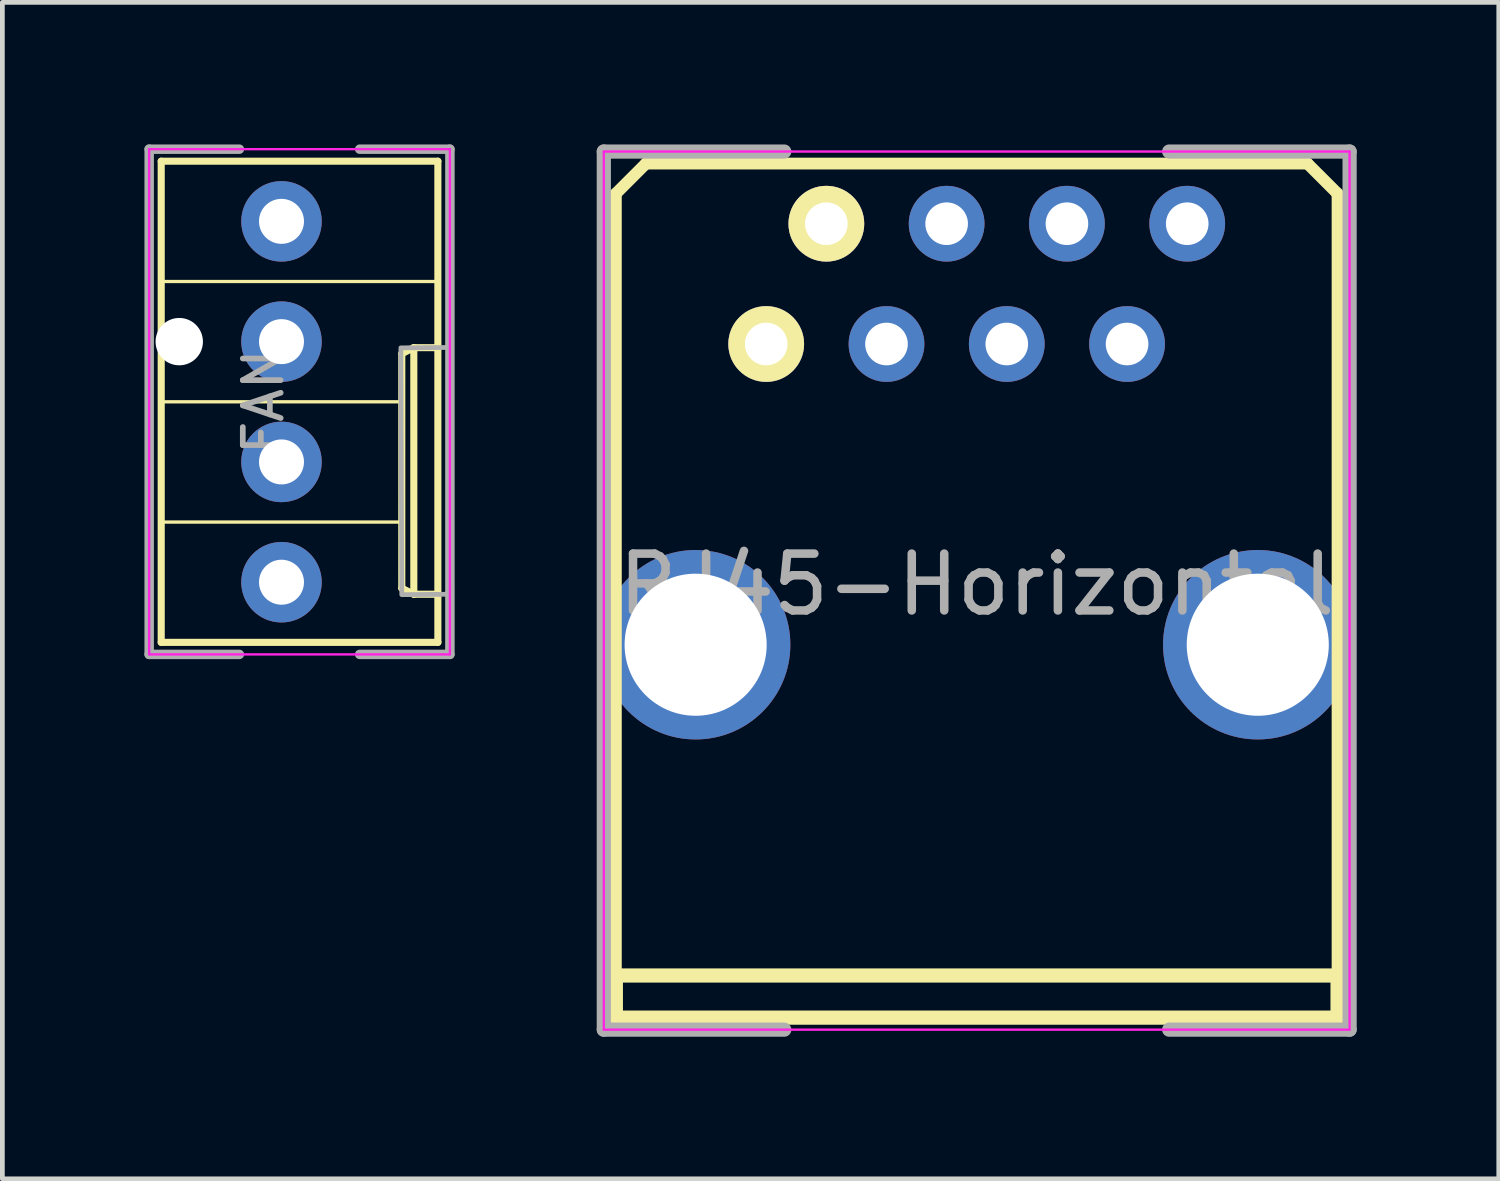
<source format=kicad_pcb>
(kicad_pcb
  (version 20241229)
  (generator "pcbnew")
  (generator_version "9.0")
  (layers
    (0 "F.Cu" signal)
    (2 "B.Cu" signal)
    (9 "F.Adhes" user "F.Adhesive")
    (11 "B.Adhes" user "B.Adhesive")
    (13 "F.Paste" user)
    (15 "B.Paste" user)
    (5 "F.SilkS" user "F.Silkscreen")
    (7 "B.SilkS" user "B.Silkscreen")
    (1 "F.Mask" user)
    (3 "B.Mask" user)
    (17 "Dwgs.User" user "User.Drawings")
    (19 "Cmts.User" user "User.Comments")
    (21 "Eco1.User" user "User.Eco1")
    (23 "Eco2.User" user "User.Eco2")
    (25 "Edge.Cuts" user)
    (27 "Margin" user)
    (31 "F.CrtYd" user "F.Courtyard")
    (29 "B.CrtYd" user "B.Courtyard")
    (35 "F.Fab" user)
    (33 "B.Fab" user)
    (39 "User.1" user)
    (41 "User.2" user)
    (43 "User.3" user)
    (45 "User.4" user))
  (footprint "FAN"
    (layer "F.Cu")
    (at 2.894 5.434)
    (property "Reference" "FAN" (at -0.381 0 90) (layer "F.Fab") (effects (font (size 0.8 0.8) (thickness 0.12))))
    (attr through_hole)
    (fp_line (start -2.54 -5.08) (end -2.54 5.08) (stroke (width 0.15) (type solid)) (layer "F.SilkS"))
    (fp_line (start 2.54 0) (end -2.54 0) (stroke (width 0.07) (type solid)) (layer "F.SilkS"))
    (fp_line (start 2.54 2.54) (end -2.54 2.54) (stroke (width 0.07) (type solid)) (layer "F.SilkS"))
    (fp_line (start 2.54 3.937) (end 2.54 -1.016) (stroke (width 0.15) (type solid)) (layer "F.SilkS"))
    (fp_line (start 2.54 3.937) (end 2.794 4.064) (stroke (width 0.15) (type solid)) (layer "F.SilkS"))
    (fp_line (start 2.794 -1.143) (end 2.54 -1.016) (stroke (width 0.15) (type solid)) (layer "F.SilkS"))
    (fp_line (start 2.794 -1.143) (end 2.794 4.064) (stroke (width 0.15) (type solid)) (layer "F.SilkS"))
    (fp_line (start 2.794 -1.143) (end 3.302 -1.143) (stroke (width 0.15) (type solid)) (layer "F.SilkS"))
    (fp_line (start 3.302 -5.08) (end -2.54 -5.08) (stroke (width 0.15) (type solid)) (layer "F.SilkS"))
    (fp_line (start 3.302 -5.08) (end 3.302 5.08) (stroke (width 0.15) (type solid)) (layer "F.SilkS"))
    (fp_line (start 3.302 -2.54) (end -2.54 -2.54) (stroke (width 0.07) (type solid)) (layer "F.SilkS"))
    (fp_line (start 3.302 4.064) (end 2.794 4.064) (stroke (width 0.15) (type solid)) (layer "F.SilkS"))
    (fp_line (start 3.302 5.08) (end -2.54 5.08) (stroke (width 0.15) (type solid)) (layer "F.SilkS"))
    (fp_line (start -2.794 -5.334) (end 3.556 -5.334) (stroke (width 0.05) (type solid)) (layer "F.CrtYd"))
    (fp_line (start -2.794 5.334) (end -2.794 -5.334) (stroke (width 0.05) (type solid)) (layer "F.CrtYd"))
    (fp_line (start 3.556 -5.334) (end 3.556 5.334) (stroke (width 0.05) (type solid)) (layer "F.CrtYd"))
    (fp_line (start 3.556 5.334) (end -2.794 5.334) (stroke (width 0.05) (type solid)) (layer "F.CrtYd"))
    (fp_line (start -2.794 5.334) (end -2.794 -5.334) (stroke (width 0.2) (type solid)) (layer "F.Fab"))
    (fp_line (start -0.889 -5.334) (end -2.794 -5.334) (stroke (width 0.2) (type solid)) (layer "F.Fab"))
    (fp_line (start -0.889 5.334) (end -2.794 5.334) (stroke (width 0.2) (type solid)) (layer "F.Fab"))
    (fp_line (start 3.556 -5.334) (end 1.651 -5.334) (stroke (width 0.2) (type solid)) (layer "F.Fab"))
    (fp_line (start 3.556 -5.334) (end 3.556 5.334) (stroke (width 0.2) (type solid)) (layer "F.Fab"))
    (fp_line (start 3.556 5.334) (end 1.651 5.334) (stroke (width 0.2) (type solid)) (layer "F.Fab"))
    (fp_poly (pts (xy 3.594 4.064) (xy 2.54 4.073) (xy 2.521 -1.139) (xy 3.575 -1.147)) (stroke (width 0.1) (type solid)) (fill no) (layer "F.Fab"))
    (pad "" np_thru_hole circle (at -2.159 -1.27) (size 1 1) (drill 1) (layers "*.Cu" "*.Mask"))
    (pad "1" thru_hole circle (at 0 3.81) (size 1.7 1.7) (drill 0.95) (layers "*.Cu" "*.Mask"))
    (pad "2" thru_hole circle (at 0 1.27) (size 1.7 1.7) (drill 0.95) (layers "*.Cu" "*.Mask"))
    (pad "3" thru_hole circle (at 0 -1.27) (size 1.7 1.7) (drill 0.95) (layers "*.Cu" "*.Mask"))
    (pad "4" thru_hole circle (at 0 -3.81) (size 1.7 1.7) (drill 0.95) (layers "*.Cu" "*.Mask")))
  (footprint "RJ45-Horizontal"
    (layer "F.Cu")
    (at 17.574 10.564)
    (property "Reference" "RJ45-Horizontal" (at 0 -1.27 0) (layer "F.Fab") (effects (font (size 1.2 1.2) (thickness 0.18))))
    (attr through_hole)
    (fp_line (start -7.62 -9.525) (end -7.62 6.985) (stroke (width 0.25) (type solid)) (layer "F.SilkS"))
    (fp_line (start -7.62 6.985) (end -7.62 7.874) (stroke (width 0.3) (type solid)) (layer "F.SilkS"))
    (fp_line (start -7.62 7.874) (end 7.62 7.874) (stroke (width 0.3) (type solid)) (layer "F.SilkS"))
    (fp_line (start -6.985 -10.16) (end -7.62 -9.525) (stroke (width 0.25) (type solid)) (layer "F.SilkS"))
    (fp_line (start 6.985 -10.16) (end -6.985 -10.16) (stroke (width 0.25) (type solid)) (layer "F.SilkS"))
    (fp_line (start 7.62 -9.525) (end 6.985 -10.16) (stroke (width 0.25) (type solid)) (layer "F.SilkS"))
    (fp_line (start 7.62 6.985) (end -7.62 6.985) (stroke (width 0.3) (type solid)) (layer "F.SilkS"))
    (fp_line (start 7.62 6.985) (end 7.62 -9.525) (stroke (width 0.25) (type solid)) (layer "F.SilkS"))
    (fp_line (start 7.62 7.874) (end 7.62 6.985) (stroke (width 0.3) (type solid)) (layer "F.SilkS"))
    (fp_line (start -7.874 -10.414) (end 7.874 -10.414) (stroke (width 0.05) (type solid)) (layer "F.CrtYd"))
    (fp_line (start -7.874 8.128) (end -7.874 -10.414) (stroke (width 0.05) (type solid)) (layer "F.CrtYd"))
    (fp_line (start 7.874 -10.414) (end 7.874 8.128) (stroke (width 0.05) (type solid)) (layer "F.CrtYd"))
    (fp_line (start 7.874 8.128) (end -7.874 8.128) (stroke (width 0.05) (type solid)) (layer "F.CrtYd"))
    (fp_line (start -7.874 -10.414) (end -4.064 -10.414) (stroke (width 0.3) (type solid)) (layer "F.Fab"))
    (fp_line (start -7.874 8.128) (end -7.874 -10.414) (stroke (width 0.3) (type solid)) (layer "F.Fab"))
    (fp_line (start -4.064 8.128) (end -7.874 8.128) (stroke (width 0.3) (type solid)) (layer "F.Fab"))
    (fp_line (start 4.064 -10.414) (end 7.874 -10.414) (stroke (width 0.3) (type solid)) (layer "F.Fab"))
    (fp_line (start 7.874 -10.414) (end 7.874 8.128) (stroke (width 0.3) (type solid)) (layer "F.Fab"))
    (fp_line (start 7.874 8.128) (end 4.064 8.128) (stroke (width 0.3) (type solid)) (layer "F.Fab"))
    (pad "1" thru_hole circle (at -4.445 -6.35) (size 1.6 1.6) (drill 0.9) (layers "*.Cu" "*.Mask" "F.SilkS"))
    (pad "2" thru_hole circle (at -3.175 -8.89) (size 1.6 1.6) (drill 0.9) (layers "*.Cu" "*.Mask" "F.SilkS"))
    (pad "3" thru_hole circle (at -1.905 -6.35) (size 1.6 1.6) (drill 0.9) (layers "*.Cu" "*.Mask"))
    (pad "4" thru_hole circle (at -0.635 -8.89) (size 1.6 1.6) (drill 0.9) (layers "*.Cu" "*.Mask"))
    (pad "5" thru_hole circle (at 0.635 -6.35) (size 1.6 1.6) (drill 0.9) (layers "*.Cu" "*.Mask"))
    (pad "6" thru_hole circle (at 1.905 -8.89) (size 1.6 1.6) (drill 0.9) (layers "*.Cu" "*.Mask"))
    (pad "7" thru_hole circle (at 3.175 -6.35) (size 1.6 1.6) (drill 0.9) (layers "*.Cu" "*.Mask"))
    (pad "8" thru_hole circle (at 4.445 -8.89) (size 1.6 1.6) (drill 0.9) (layers "*.Cu" "*.Mask"))
    (pad "M" thru_hole circle (at -5.935 0) (size 4 4) (drill 3) (layers "*.Cu" "*.Mask"))
    (pad "M" thru_hole circle (at 5.935 0) (size 4 4) (drill 3) (layers "*.Cu" "*.Mask")))
  (gr_rect
    (start -3 -3)
    (end 28.598 21.842)
    (stroke (width 0.1) (type default))
    (fill no)
    (layer "Edge.Cuts")))
</source>
